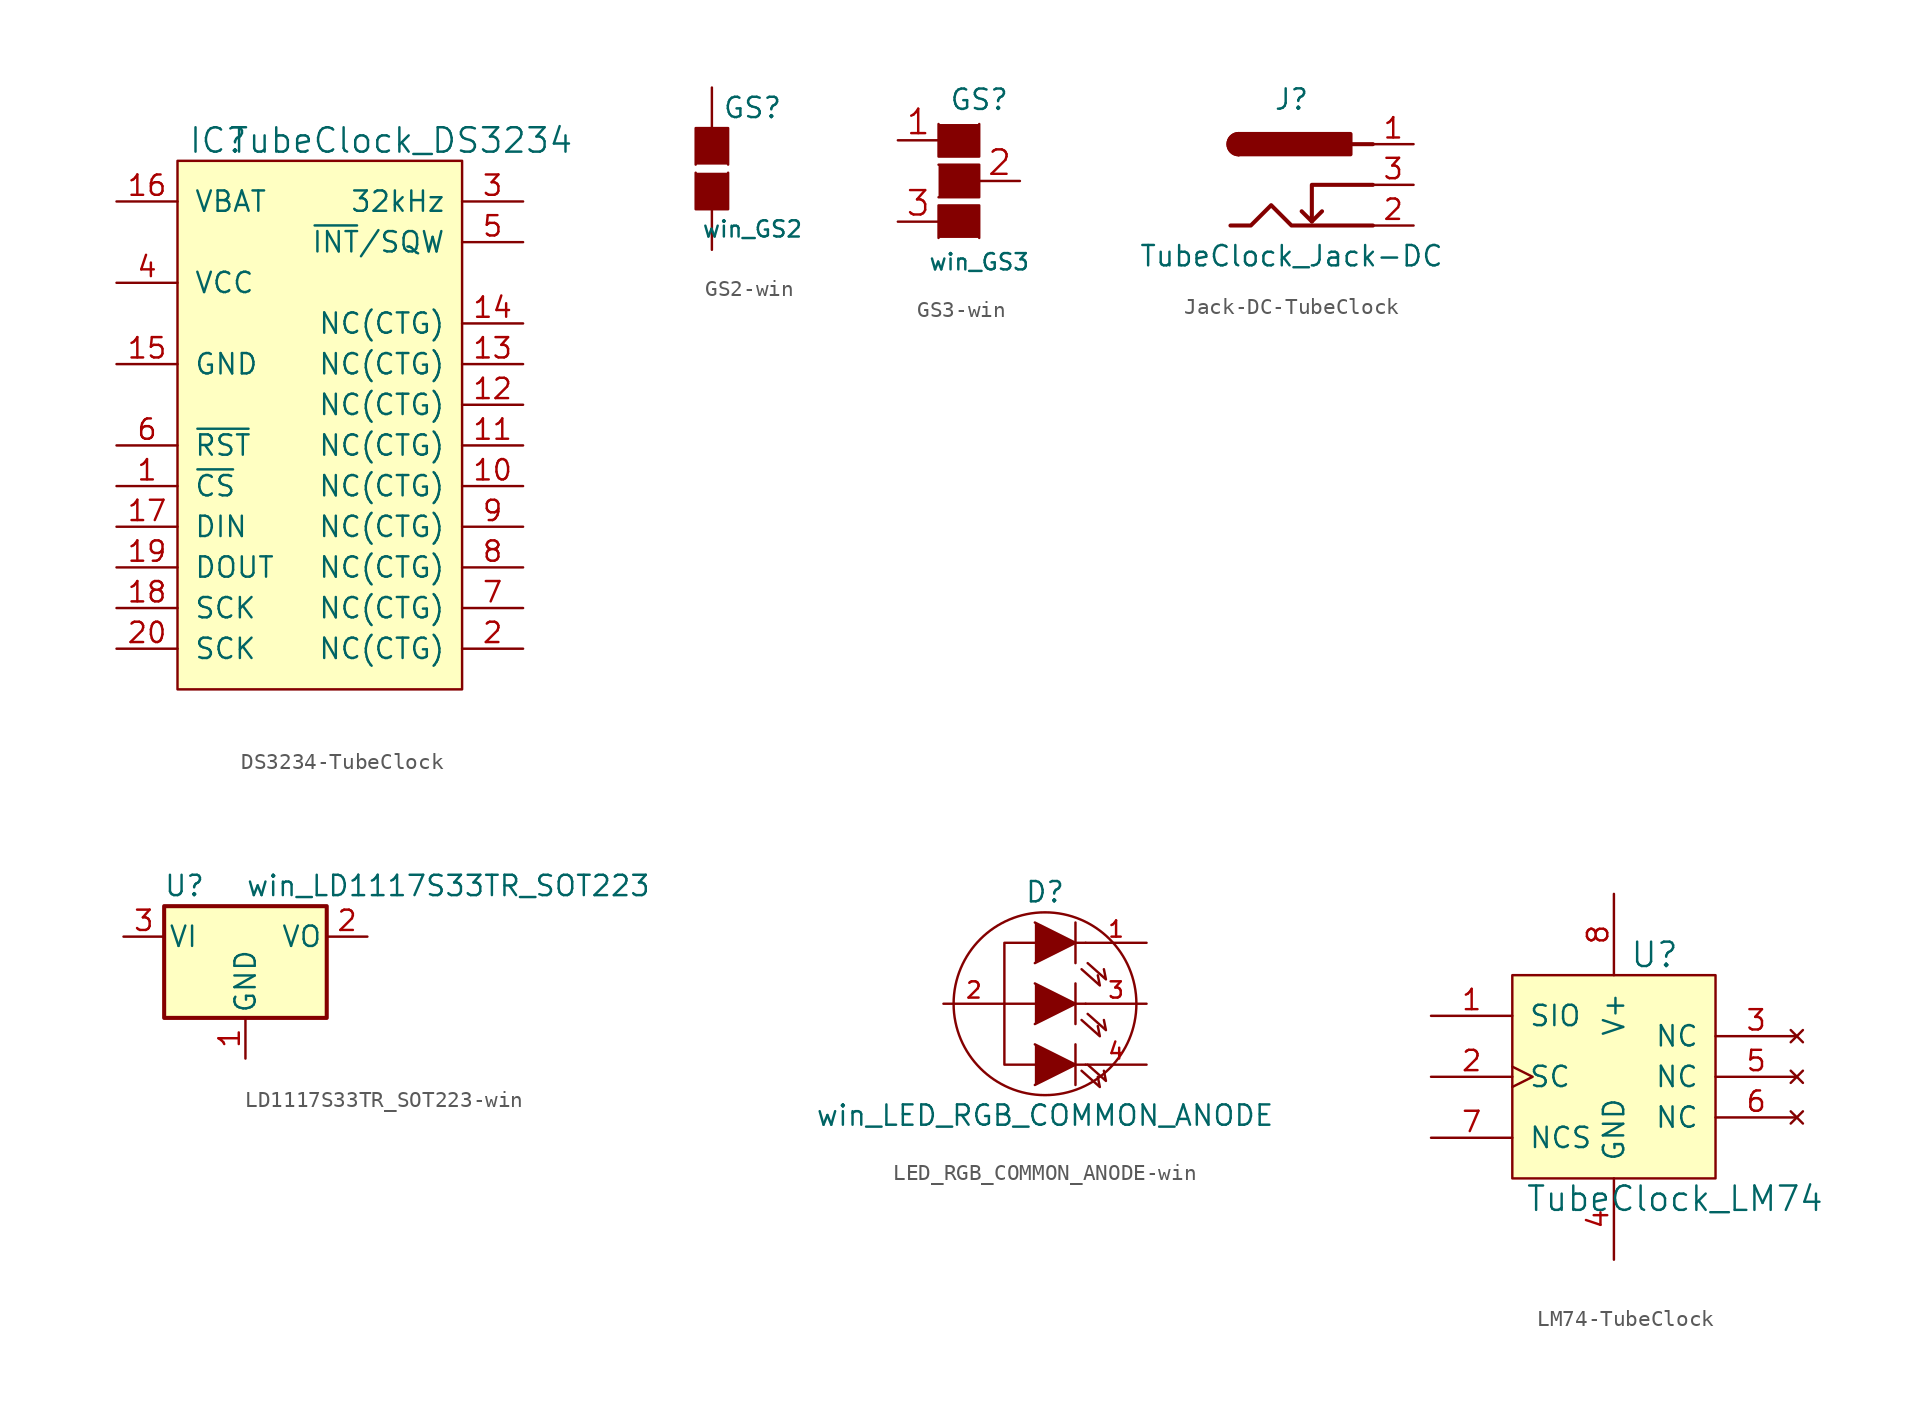
<source format=kicad_sym>
(kicad_symbol_lib
  (version 20231120)
  (generator "kicad_symbol_editor")
  (generator_version "8.0")
  (symbol "DS3234-TubeClock"
    (pin_names
      (offset 1.016))
    (property "Reference" "IC"
      (at -6.35 17.78 0)
      (effects (font (size 1.524 1.524))))
    (property "Value" "TubeClock_DS3234"
      (at 5.08 17.78 0)
      (effects (font (size 1.524 1.524))))
    (property "Footprint" ""
      (at 0 0 0)
      (effects (font (size 1.524 1.524))))
    (property "Datasheet" ""
      (at 0 0 0)
      (effects (font (size 1.524 1.524))))
    (symbol "DS3234-TubeClock_0_1"
      (rectangle (start -8.89 16.51) (end 8.89 -16.51) (stroke (width 0) (type solid)) (fill (type background))))
    (symbol "DS3234-TubeClock_1_1"
      (pin input line (at -12.7 -3.81 0) (length 3.81) (name "~{CS}" (effects (font (size 1.27 1.27)))) (number "1" (effects (font (size 1.27 1.27)))))
      (pin passive line (at 12.7 -3.81 180) (length 3.81) (name "NC(CTG)" (effects (font (size 1.27 1.27)))) (number "10" (effects (font (size 1.27 1.27)))))
      (pin passive line (at 12.7 -1.27 180) (length 3.81) (name "NC(CTG)" (effects (font (size 1.27 1.27)))) (number "11" (effects (font (size 1.27 1.27)))))
      (pin passive line (at 12.7 1.27 180) (length 3.81) (name "NC(CTG)" (effects (font (size 1.27 1.27)))) (number "12" (effects (font (size 1.27 1.27)))))
      (pin passive line (at 12.7 3.81 180) (length 3.81) (name "NC(CTG)" (effects (font (size 1.27 1.27)))) (number "13" (effects (font (size 1.27 1.27)))))
      (pin passive line (at 12.7 6.35 180) (length 3.81) (name "NC(CTG)" (effects (font (size 1.27 1.27)))) (number "14" (effects (font (size 1.27 1.27)))))
      (pin power_in line (at -12.7 3.81 0) (length 3.81) (name "GND" (effects (font (size 1.27 1.27)))) (number "15" (effects (font (size 1.27 1.27)))))
      (pin power_in line (at -12.7 13.97 0) (length 3.81) (name "VBAT" (effects (font (size 1.27 1.27)))) (number "16" (effects (font (size 1.27 1.27)))))
      (pin input line (at -12.7 -6.35 0) (length 3.81) (name "DIN" (effects (font (size 1.27 1.27)))) (number "17" (effects (font (size 1.27 1.27)))))
      (pin input line (at -12.7 -11.43 0) (length 3.81) (name "SCK" (effects (font (size 1.27 1.27)))) (number "18" (effects (font (size 1.27 1.27)))))
      (pin output line (at -12.7 -8.89 0) (length 3.81) (name "DOUT" (effects (font (size 1.27 1.27)))) (number "19" (effects (font (size 1.27 1.27)))))
      (pin passive line (at 12.7 -13.97 180) (length 3.81) (name "NC(CTG)" (effects (font (size 1.27 1.27)))) (number "2" (effects (font (size 1.27 1.27)))))
      (pin input line (at -12.7 -13.97 0) (length 3.81) (name "SCK" (effects (font (size 1.27 1.27)))) (number "20" (effects (font (size 1.27 1.27)))))
      (pin output line (at 12.7 13.97 180) (length 3.81) (name "32kHz" (effects (font (size 1.27 1.27)))) (number "3" (effects (font (size 1.27 1.27)))))
      (pin power_in line (at -12.7 8.89 0) (length 3.81) (name "VCC" (effects (font (size 1.27 1.27)))) (number "4" (effects (font (size 1.27 1.27)))))
      (pin output line (at 12.7 11.43 180) (length 3.81) (name "~{INT}/SQW" (effects (font (size 1.27 1.27)))) (number "5" (effects (font (size 1.27 1.27)))))
      (pin bidirectional line (at -12.7 -1.27 0) (length 3.81) (name "~{RST}" (effects (font (size 1.27 1.27)))) (number "6" (effects (font (size 1.27 1.27)))))
      (pin passive line (at 12.7 -11.43 180) (length 3.81) (name "NC(CTG)" (effects (font (size 1.27 1.27)))) (number "7" (effects (font (size 1.27 1.27)))))
      (pin passive line (at 12.7 -8.89 180) (length 3.81) (name "NC(CTG)" (effects (font (size 1.27 1.27)))) (number "8" (effects (font (size 1.27 1.27)))))
      (pin passive line (at 12.7 -6.35 180) (length 3.81) (name "NC(CTG)" (effects (font (size 1.27 1.27)))) (number "9" (effects (font (size 1.27 1.27)))))))
  (symbol "GS2-win"
    (pin_numbers hide)
    (pin_names
      (offset 1.016) hide)
    (property "Reference" "GS"
      (at 2.54 3.81 0)
      (effects (font (size 1.27 1.27))))
    (property "Value" "win_GS2"
      (at 2.54 -3.785 0)
      (effects (font (size 1.016 1.016))))
    (property "Footprint" ""
      (at 0 0 0)
      (effects (font (size 1.524 1.524))))
    (property "Datasheet" ""
      (at 0 0 0)
      (effects (font (size 1.524 1.524))))
    (symbol "GS2-win_0_1"
      (polyline (pts (xy -1.016 -0.254) (xy -1.016 -2.54) (xy 1.016 -2.54) (xy 1.016 -0.254)) (stroke (width 0) (type solid)) (fill (type outline)))
      (polyline (pts (xy -1.016 0.254) (xy -1.016 2.54) (xy 1.016 2.54) (xy 1.016 0.254)) (stroke (width 0) (type solid)) (fill (type outline))))
    (symbol "GS2-win_1_1"
      (pin passive line (at 0 5.08 270) (length 2.54) (name "G1" (effects (font (size 1.524 1.524)))) (number "1" (effects (font (size 1.524 1.524)))))
      (pin passive line (at 0 -5.08 90) (length 2.54) (name "G2" (effects (font (size 1.524 1.524)))) (number "2" (effects (font (size 1.524 1.524)))))))
  (symbol "GS3-win"
    (pin_names
      (offset 1.016) hide)
    (property "Reference" "GS"
      (at 1.27 5.08 0)
      (effects (font (size 1.27 1.27))))
    (property "Value" "win_GS3"
      (at 1.27 -5.055 0)
      (effects (font (size 1.016 1.016))))
    (property "Footprint" ""
      (at 0 0 0)
      (effects (font (size 1.524 1.524))))
    (property "Datasheet" ""
      (at 0 0 0)
      (effects (font (size 1.524 1.524))))
    (symbol "GS3-win_0_1"
      (polyline (pts (xy -1.27 -3.556) (xy -1.27 -1.524) (xy 1.27 -1.524) (xy 1.27 -3.556)) (stroke (width 0) (type solid)) (fill (type outline)))
      (polyline (pts (xy -1.27 1.016) (xy 1.27 1.016) (xy 1.27 -1.016) (xy -1.27 -1.016)) (stroke (width 0) (type solid)) (fill (type outline)))
      (polyline (pts (xy -1.27 3.556) (xy -1.27 1.524) (xy 1.27 1.524) (xy 1.27 3.556)) (stroke (width 0) (type solid)) (fill (type outline))))
    (symbol "GS3-win_1_1"
      (pin passive line (at -3.81 2.54 0) (length 2.54) (name "G1" (effects (font (size 1.524 1.524)))) (number "1" (effects (font (size 1.524 1.524)))))
      (pin passive line (at 3.81 0 180) (length 2.54) (name "G2" (effects (font (size 1.524 1.524)))) (number "2" (effects (font (size 1.524 1.524)))))
      (pin passive line (at -3.81 -2.54 0) (length 2.54) (name "G3" (effects (font (size 1.524 1.524)))) (number "3" (effects (font (size 1.524 1.524)))))))
  (symbol "Jack-DC-TubeClock"
    (pin_names
      (offset 1.016))
    (property "Reference" "J"
      (at 0 5.334 0)
      (effects (font (size 1.27 1.27))))
    (property "Value" "TubeClock_Jack-DC"
      (at 0 -4.445 0)
      (effects (font (size 1.27 1.27))))
    (symbol "Jack-DC-TubeClock_0_1"
      (arc (start -3.302 3.175) (mid -3.937 2.54) (end -3.302 1.905) (stroke (width 0.254) (type solid)) (fill (type none)))
      (arc (start -3.302 3.175) (mid -3.937 2.54) (end -3.302 1.905) (stroke (width 0.254) (type solid)) (fill (type outline)))
      (polyline (pts (xy 1.27 -2.286) (xy 1.905 -1.651)) (stroke (width 0.254) (type solid)) (fill (type none)))
      (polyline (pts (xy 5.08 2.54) (xy 3.81 2.54)) (stroke (width 0.254) (type solid)) (fill (type none)))
      (polyline (pts (xy 5.08 0) (xy 1.27 0) (xy 1.27 -2.286) (xy 0.635 -1.651)) (stroke (width 0.254) (type solid)) (fill (type none)))
      (polyline (pts (xy -3.81 -2.54) (xy -2.54 -2.54) (xy -1.27 -1.27) (xy 0 -2.54) (xy 2.54 -2.54) (xy 5.08 -2.54)) (stroke (width 0.254) (type solid)) (fill (type none)))
      (rectangle (start 3.683 3.175) (end -3.302 1.905) (stroke (width 0.254) (type solid)) (fill (type outline))))
    (symbol "Jack-DC-TubeClock_1_1"
      (pin passive line (at 7.62 2.54 180) (length 2.54) (name "~" (effects (font (size 1.27 1.27)))) (number "1" (effects (font (size 1.27 1.27)))))
      (pin passive line (at 7.62 -2.54 180) (length 2.54) (name "~" (effects (font (size 1.27 1.27)))) (number "2" (effects (font (size 1.27 1.27)))))
      (pin passive line (at 7.62 0 180) (length 2.54) (name "~" (effects (font (size 1.27 1.27)))) (number "3" (effects (font (size 1.27 1.27)))))))
  (symbol "LD1117S33TR_SOT223-win"
    (pin_names
      (offset 0.254))
    (property "Reference" "U"
      (at -3.81 3.175 0)
      (effects (font (size 1.27 1.27))))
    (property "Value" "win_LD1117S33TR_SOT223"
      (at 0 3.175 0)
      (effects (font (size 1.27 1.27)) (justify left)))
    (symbol "LD1117S33TR_SOT223-win_0_1"
      (rectangle (start -5.08 -5.08) (end 5.08 1.905) (stroke (width 0.254) (type solid)) (fill (type background))))
    (symbol "LD1117S33TR_SOT223-win_1_1"
      (pin power_in line (at 0 -7.62 90) (length 2.54) (name "GND" (effects (font (size 1.27 1.27)))) (number "1" (effects (font (size 1.27 1.27)))))
      (pin passive line (at 7.62 0 180) (length 2.54) (name "VO" (effects (font (size 1.27 1.27)))) (number "2" (effects (font (size 1.27 1.27)))))
      (pin power_in line (at -7.62 0 0) (length 2.54) (name "VI" (effects (font (size 1.27 1.27)))) (number "3" (effects (font (size 1.27 1.27)))))))
  (symbol "LED_RGB_COMMON_ANODE-win"
    (pin_names
      (offset 1.016) hide)
    (property "Reference" "D"
      (at 0 6.985 0)
      (effects (font (size 1.27 1.27))))
    (property "Value" "win_LED_RGB_COMMON_ANODE"
      (at 0 -6.985 0)
      (effects (font (size 1.27 1.27))))
    (property "Footprint" ""
      (at 0.635 3.81 0)
      (effects (font (size 1.524 1.524))))
    (property "Datasheet" ""
      (at 0.635 3.81 0)
      (effects (font (size 1.524 1.524))))
    (symbol "LED_RGB_COMMON_ANODE-win_0_1"
      (polyline (pts (xy -2.54 0) (xy -0.635 0)) (stroke (width 0) (type solid)) (fill (type none)))
      (polyline (pts (xy 1.905 -2.54) (xy 1.905 -5.08)) (stroke (width 0) (type solid)) (fill (type none)))
      (polyline (pts (xy 1.905 1.27) (xy 1.905 -1.27)) (stroke (width 0) (type solid)) (fill (type none)))
      (polyline (pts (xy 1.905 5.08) (xy 1.905 2.54)) (stroke (width 0) (type solid)) (fill (type none)))
      (polyline (pts (xy 2.54 -3.81) (xy 1.905 -3.81)) (stroke (width 0) (type solid)) (fill (type none)))
      (polyline (pts (xy 2.54 0) (xy 1.905 0)) (stroke (width 0) (type solid)) (fill (type none)))
      (polyline (pts (xy 2.54 3.81) (xy 1.905 3.81)) (stroke (width 0) (type solid)) (fill (type none)))
      (polyline (pts (xy -0.635 -2.54) (xy 1.905 -3.81) (xy -0.635 -5.08)) (stroke (width 0) (type solid)) (fill (type outline)))
      (polyline (pts (xy -0.635 1.27) (xy 1.905 0) (xy -0.635 -1.27)) (stroke (width 0) (type solid)) (fill (type outline)))
      (polyline (pts (xy -0.635 5.08) (xy 1.905 3.81) (xy -0.635 2.54)) (stroke (width 0) (type solid)) (fill (type outline)))
      (polyline (pts (xy 2.286 -4.191) (xy 3.429 -5.207) (xy 3.302 -4.572)) (stroke (width 0) (type solid)) (fill (type none)))
      (polyline (pts (xy 2.286 -1.016) (xy 3.429 -2.032) (xy 3.302 -1.397)) (stroke (width 0) (type solid)) (fill (type none)))
      (polyline (pts (xy 2.286 2.159) (xy 3.429 1.143) (xy 3.302 1.778)) (stroke (width 0) (type solid)) (fill (type none)))
      (polyline (pts (xy 2.667 -3.81) (xy 3.81 -4.826) (xy 3.683 -4.191)) (stroke (width 0) (type solid)) (fill (type none)))
      (polyline (pts (xy 2.667 -0.635) (xy 3.81 -1.651) (xy 3.683 -1.016)) (stroke (width 0) (type solid)) (fill (type none)))
      (polyline (pts (xy 2.667 2.54) (xy 3.81 1.524) (xy 3.683 2.159)) (stroke (width 0) (type solid)) (fill (type none)))
      (polyline (pts (xy -0.635 -3.81) (xy -2.54 -3.81) (xy -2.54 3.81) (xy -0.635 3.81)) (stroke (width 0) (type solid)) (fill (type none)))
      (circle (center 0 0) (radius 5.715) (stroke (width 0) (type solid)) (fill (type none))))
    (symbol "LED_RGB_COMMON_ANODE-win_1_1"
      (pin passive line (at 6.35 3.81 180) (length 3.81) (name "RED" (effects (font (size 1.016 1.016)))) (number "1" (effects (font (size 1.016 1.016)))))
      (pin passive line (at -6.35 0 0) (length 3.81) (name "COMMON" (effects (font (size 1.016 1.016)))) (number "2" (effects (font (size 1.016 1.016)))))
      (pin passive line (at 6.35 0 180) (length 3.81) (name "GREEN" (effects (font (size 1.016 1.016)))) (number "3" (effects (font (size 1.016 1.016)))))
      (pin passive line (at 6.35 -3.81 180) (length 3.81) (name "BLUE" (effects (font (size 1.016 1.016)))) (number "4" (effects (font (size 1.016 1.016)))))))
  (symbol "LM74-TubeClock"
    (pin_names
      (offset 1.016))
    (property "Reference" "U"
      (at 2.54 7.62 0)
      (effects (font (size 1.524 1.524))))
    (property "Value" "TubeClock_LM74"
      (at 3.81 -7.62 0)
      (effects (font (size 1.524 1.524))))
    (symbol "LM74-TubeClock_0_1"
      (rectangle (start -6.35 -6.35) (end 6.35 6.35) (stroke (width 0) (type solid)) (fill (type background))))
    (symbol "LM74-TubeClock_1_1"
      (pin bidirectional line (at -11.43 3.81 0) (length 5.08) (name "SIO" (effects (font (size 1.27 1.27)))) (number "1" (effects (font (size 1.27 1.27)))))
      (pin input clock (at -11.43 0 0) (length 5.08) (name "SC" (effects (font (size 1.27 1.27)))) (number "2" (effects (font (size 1.27 1.27)))))
      (pin no_connect line (at 11.43 2.54 180) (length 5.08) (name "NC" (effects (font (size 1.27 1.27)))) (number "3" (effects (font (size 1.27 1.27)))))
      (pin power_in line (at 0 -11.43 90) (length 5.08) (name "GND" (effects (font (size 1.27 1.27)))) (number "4" (effects (font (size 1.27 1.27)))))
      (pin no_connect line (at 11.43 0 180) (length 5.08) (name "NC" (effects (font (size 1.27 1.27)))) (number "5" (effects (font (size 1.27 1.27)))))
      (pin no_connect line (at 11.43 -2.54 180) (length 5.08) (name "NC" (effects (font (size 1.27 1.27)))) (number "6" (effects (font (size 1.27 1.27)))))
      (pin input line (at -11.43 -3.81 0) (length 5.08) (name "NCS" (effects (font (size 1.27 1.27)))) (number "7" (effects (font (size 1.27 1.27)))))
      (pin power_in line (at 0 11.43 270) (length 5.08) (name "V+" (effects (font (size 1.27 1.27)))) (number "8" (effects (font (size 1.27 1.27))))))))
</source>
